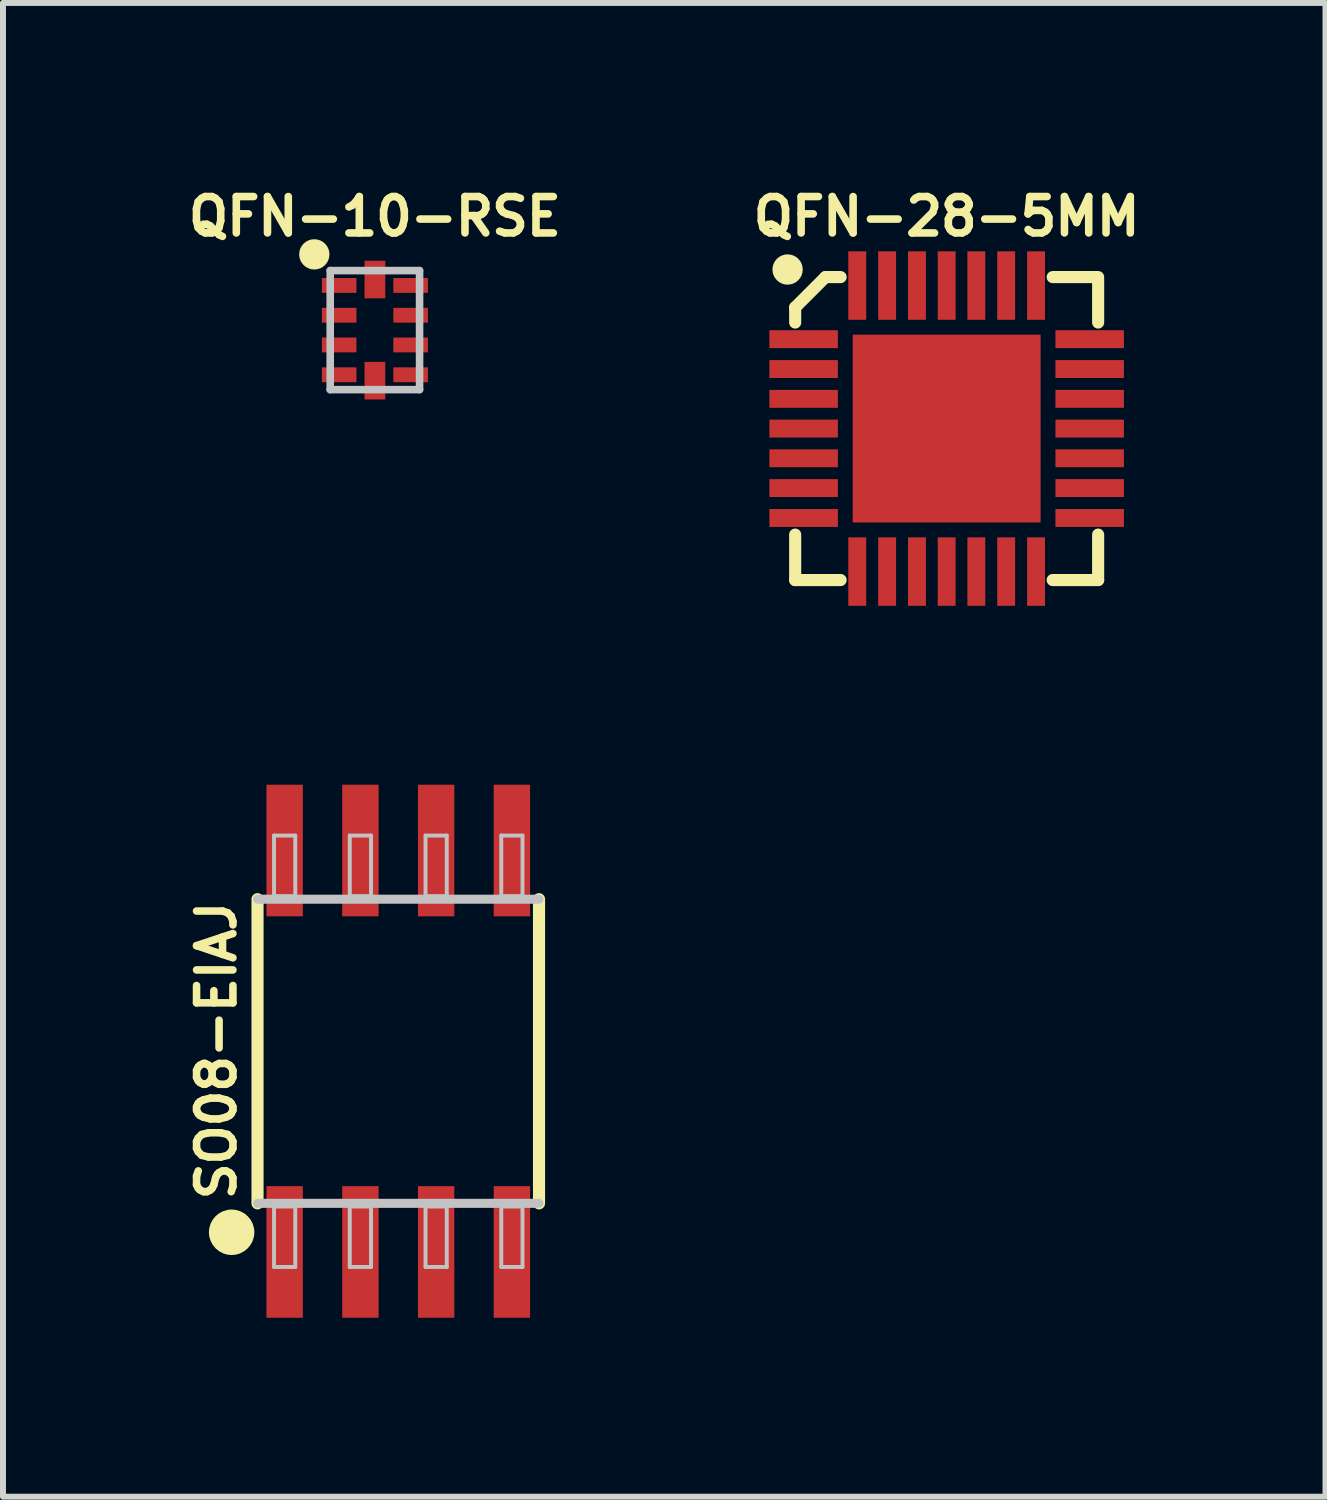
<source format=kicad_pcb>
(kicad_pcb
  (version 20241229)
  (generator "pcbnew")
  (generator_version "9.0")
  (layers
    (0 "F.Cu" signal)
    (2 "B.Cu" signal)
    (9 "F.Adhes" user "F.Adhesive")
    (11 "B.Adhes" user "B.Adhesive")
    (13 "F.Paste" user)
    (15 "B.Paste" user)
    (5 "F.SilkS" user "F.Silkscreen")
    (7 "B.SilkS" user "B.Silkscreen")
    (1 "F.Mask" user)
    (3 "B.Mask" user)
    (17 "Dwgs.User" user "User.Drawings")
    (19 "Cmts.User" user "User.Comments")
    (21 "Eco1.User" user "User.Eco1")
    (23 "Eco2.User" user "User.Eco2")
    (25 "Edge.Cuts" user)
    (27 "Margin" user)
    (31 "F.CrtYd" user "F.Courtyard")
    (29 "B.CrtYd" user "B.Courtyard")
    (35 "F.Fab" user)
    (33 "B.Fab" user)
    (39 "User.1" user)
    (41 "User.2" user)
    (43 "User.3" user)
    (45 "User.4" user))
  (footprint "SO08-EIAJ"
    (layer "F.Cu")
    (at 3.628 14.564)
    (property "Reference" "SO08-EIAJ" (at -3.048 0 90) (layer "F.SilkS") (effects (font (size 0.61 0.61) (thickness 0.127))))
    (attr smd)
    (fp_line (start -2.36 -2.537) (end -2.36 2.563) (stroke (width 0.203) (type solid)) (layer "F.SilkS"))
    (fp_line (start 2.36 2.563) (end 2.36 -2.537) (stroke (width 0.203) (type solid)) (layer "F.SilkS"))
    (fp_circle (center -2.794 3.048) (end -2.667 3.048) (stroke (width 0.254) (type solid)) (fill no) (layer "F.SilkS"))
    (fp_circle (center -2.794 3.048) (end -2.54 3.048) (stroke (width 0.254) (type solid)) (fill no) (layer "F.SilkS"))
    (fp_line (start -2.36 2.563) (end 2.36 2.563) (stroke (width 0.152) (type solid)) (layer "Dwgs.User"))
    (fp_line (start -2.083 -3.604) (end -1.727 -3.604) (stroke (width 0.066) (type solid)) (layer "Dwgs.User"))
    (fp_line (start -2.083 -2.588) (end -2.083 -3.604) (stroke (width 0.066) (type solid)) (layer "Dwgs.User"))
    (fp_line (start -2.083 -2.588) (end -1.727 -2.588) (stroke (width 0.066) (type solid)) (layer "Dwgs.User"))
    (fp_line (start -2.083 2.616) (end -1.727 2.616) (stroke (width 0.066) (type solid)) (layer "Dwgs.User"))
    (fp_line (start -2.083 3.63) (end -2.083 2.616) (stroke (width 0.066) (type solid)) (layer "Dwgs.User"))
    (fp_line (start -2.083 3.63) (end -1.727 3.63) (stroke (width 0.066) (type solid)) (layer "Dwgs.User"))
    (fp_line (start -1.727 -2.588) (end -1.727 -3.604) (stroke (width 0.066) (type solid)) (layer "Dwgs.User"))
    (fp_line (start -1.727 3.63) (end -1.727 2.616) (stroke (width 0.066) (type solid)) (layer "Dwgs.User"))
    (fp_line (start -0.813 -3.604) (end -0.457 -3.604) (stroke (width 0.066) (type solid)) (layer "Dwgs.User"))
    (fp_line (start -0.813 -2.588) (end -0.813 -3.604) (stroke (width 0.066) (type solid)) (layer "Dwgs.User"))
    (fp_line (start -0.813 -2.588) (end -0.457 -2.588) (stroke (width 0.066) (type solid)) (layer "Dwgs.User"))
    (fp_line (start -0.813 2.616) (end -0.457 2.616) (stroke (width 0.066) (type solid)) (layer "Dwgs.User"))
    (fp_line (start -0.813 3.63) (end -0.813 2.616) (stroke (width 0.066) (type solid)) (layer "Dwgs.User"))
    (fp_line (start -0.813 3.63) (end -0.457 3.63) (stroke (width 0.066) (type solid)) (layer "Dwgs.User"))
    (fp_line (start -0.457 -2.588) (end -0.457 -3.604) (stroke (width 0.066) (type solid)) (layer "Dwgs.User"))
    (fp_line (start -0.457 3.63) (end -0.457 2.616) (stroke (width 0.066) (type solid)) (layer "Dwgs.User"))
    (fp_line (start 0.457 -3.604) (end 0.813 -3.604) (stroke (width 0.066) (type solid)) (layer "Dwgs.User"))
    (fp_line (start 0.457 -2.588) (end 0.457 -3.604) (stroke (width 0.066) (type solid)) (layer "Dwgs.User"))
    (fp_line (start 0.457 -2.588) (end 0.813 -2.588) (stroke (width 0.066) (type solid)) (layer "Dwgs.User"))
    (fp_line (start 0.457 2.616) (end 0.813 2.616) (stroke (width 0.066) (type solid)) (layer "Dwgs.User"))
    (fp_line (start 0.457 3.63) (end 0.457 2.616) (stroke (width 0.066) (type solid)) (layer "Dwgs.User"))
    (fp_line (start 0.457 3.63) (end 0.813 3.63) (stroke (width 0.066) (type solid)) (layer "Dwgs.User"))
    (fp_line (start 0.813 -2.588) (end 0.813 -3.604) (stroke (width 0.066) (type solid)) (layer "Dwgs.User"))
    (fp_line (start 0.813 3.63) (end 0.813 2.616) (stroke (width 0.066) (type solid)) (layer "Dwgs.User"))
    (fp_line (start 1.727 -3.604) (end 2.083 -3.604) (stroke (width 0.066) (type solid)) (layer "Dwgs.User"))
    (fp_line (start 1.727 -2.588) (end 1.727 -3.604) (stroke (width 0.066) (type solid)) (layer "Dwgs.User"))
    (fp_line (start 1.727 -2.588) (end 2.083 -2.588) (stroke (width 0.066) (type solid)) (layer "Dwgs.User"))
    (fp_line (start 1.727 2.616) (end 2.083 2.616) (stroke (width 0.066) (type solid)) (layer "Dwgs.User"))
    (fp_line (start 1.727 3.63) (end 1.727 2.616) (stroke (width 0.066) (type solid)) (layer "Dwgs.User"))
    (fp_line (start 1.727 3.63) (end 2.083 3.63) (stroke (width 0.066) (type solid)) (layer "Dwgs.User"))
    (fp_line (start 2.083 -2.588) (end 2.083 -3.604) (stroke (width 0.066) (type solid)) (layer "Dwgs.User"))
    (fp_line (start 2.083 3.63) (end 2.083 2.616) (stroke (width 0.066) (type solid)) (layer "Dwgs.User"))
    (fp_line (start 2.36 -2.537) (end -2.36 -2.537) (stroke (width 0.152) (type solid)) (layer "Dwgs.User"))
    (pad "1" smd rect (at -1.905 3.378) (size 0.61 2.207) (layers "F.Cu" "F.Mask" "F.Paste"))
    (pad "2" smd rect (at -0.635 3.378) (size 0.61 2.207) (layers "F.Cu" "F.Mask" "F.Paste"))
    (pad "3" smd rect (at 0.635 3.378) (size 0.61 2.207) (layers "F.Cu" "F.Mask" "F.Paste"))
    (pad "4" smd rect (at 1.905 3.378) (size 0.61 2.207) (layers "F.Cu" "F.Mask" "F.Paste"))
    (pad "5" smd rect (at 1.905 -3.353) (size 0.61 2.207) (layers "F.Cu" "F.Mask" "F.Paste"))
    (pad "6" smd rect (at 0.635 -3.353) (size 0.61 2.207) (layers "F.Cu" "F.Mask" "F.Paste"))
    (pad "7" smd rect (at -0.635 -3.353) (size 0.61 2.207) (layers "F.Cu" "F.Mask" "F.Paste"))
    (pad "8" smd rect (at -1.905 -3.353) (size 0.61 2.207) (layers "F.Cu" "F.Mask" "F.Paste")))
  (footprint "QFN-10-RSE"
    (layer "F.Cu")
    (at 3.236 2.485)
    (property "Reference" "QFN-10-RSE" (at 0 -1.905 0) (layer "F.SilkS") (effects (font (size 0.61 0.61) (thickness 0.127))))
    (attr smd)
    (fp_circle (center -1.016 -1.27) (end -0.889 -1.27) (stroke (width 0.254) (type solid)) (fill no) (layer "F.SilkS"))
    (fp_line (start -0.749 -0.998) (end 0.749 -0.998) (stroke (width 0.127) (type solid)) (layer "Dwgs.User"))
    (fp_line (start -0.749 0.998) (end -0.749 -0.998) (stroke (width 0.127) (type solid)) (layer "Dwgs.User"))
    (fp_line (start 0.749 -0.998) (end 0.749 0.998) (stroke (width 0.127) (type solid)) (layer "Dwgs.User"))
    (fp_line (start 0.749 0.998) (end -0.749 0.998) (stroke (width 0.127) (type solid)) (layer "Dwgs.User"))
    (pad "1" smd rect (at -0.599 -0.749) (size 0.579 0.249) (layers "F.Cu" "F.Mask" "F.Paste"))
    (pad "2" smd rect (at -0.599 -0.249) (size 0.579 0.249) (layers "F.Cu" "F.Mask" "F.Paste"))
    (pad "3" smd rect (at -0.599 0.249) (size 0.579 0.249) (layers "F.Cu" "F.Mask" "F.Paste"))
    (pad "4" smd rect (at -0.599 0.749) (size 0.579 0.249) (layers "F.Cu" "F.Mask" "F.Paste"))
    (pad "5" smd rect (at 0 0.848 90) (size 0.63 0.348) (layers "F.Cu" "F.Mask" "F.Paste"))
    (pad "6" smd rect (at 0.599 0.749) (size 0.579 0.249) (layers "F.Cu" "F.Mask" "F.Paste"))
    (pad "7" smd rect (at 0.599 0.249) (size 0.579 0.249) (layers "F.Cu" "F.Mask" "F.Paste"))
    (pad "8" smd rect (at 0.599 -0.249) (size 0.579 0.249) (layers "F.Cu" "F.Mask" "F.Paste"))
    (pad "9" smd rect (at 0.599 -0.749) (size 0.579 0.249) (layers "F.Cu" "F.Mask" "F.Paste"))
    (pad "10" smd rect (at 0 -0.848 90) (size 0.63 0.348) (layers "F.Cu" "F.Mask" "F.Paste")))
  (footprint "QFN-28-5MM"
    (layer "F.Cu")
    (at 12.823 4.136)
    (property "Reference" "QFN-28-5MM" (at 0 -3.556 0) (layer "F.SilkS") (effects (font (size 0.61 0.61) (thickness 0.127))))
    (attr smd)
    (fp_line (start -2.54 -2.032) (end -2.54 -1.778) (stroke (width 0.203) (type solid)) (layer "F.SilkS"))
    (fp_line (start -2.54 2.54) (end -2.54 1.778) (stroke (width 0.203) (type solid)) (layer "F.SilkS"))
    (fp_line (start -2.54 2.54) (end -1.778 2.54) (stroke (width 0.203) (type solid)) (layer "F.SilkS"))
    (fp_line (start -2.032 -2.54) (end -2.54 -2.032) (stroke (width 0.203) (type solid)) (layer "F.SilkS"))
    (fp_line (start -2.032 -2.54) (end -1.778 -2.54) (stroke (width 0.203) (type solid)) (layer "F.SilkS"))
    (fp_line (start 2.54 -2.54) (end 1.778 -2.54) (stroke (width 0.203) (type solid)) (layer "F.SilkS"))
    (fp_line (start 2.54 -2.499) (end 2.54 -1.778) (stroke (width 0.203) (type solid)) (layer "F.SilkS"))
    (fp_line (start 2.54 2.54) (end 1.778 2.54) (stroke (width 0.203) (type solid)) (layer "F.SilkS"))
    (fp_line (start 2.54 2.54) (end 2.54 1.778) (stroke (width 0.203) (type solid)) (layer "F.SilkS"))
    (fp_circle (center -2.667 -2.667) (end -2.54 -2.667) (stroke (width 0.254) (type solid)) (fill no) (layer "F.SilkS"))
    (fp_line (start -1.143 -1.143) (end -1.143 -0.381) (stroke (width 0.254) (type solid)) (layer "F.Paste"))
    (fp_line (start -1.143 -1.143) (end -0.381 -1.143) (stroke (width 0.254) (type solid)) (layer "F.Paste"))
    (fp_line (start -1.143 -0.635) (end -0.381 -0.635) (stroke (width 0.254) (type solid)) (layer "F.Paste"))
    (fp_line (start -1.143 0.381) (end -0.381 0.381) (stroke (width 0.254) (type solid)) (layer "F.Paste"))
    (fp_line (start -1.143 0.889) (end -0.381 0.889) (stroke (width 0.254) (type solid)) (layer "F.Paste"))
    (fp_line (start -1.143 1.143) (end -1.143 0.381) (stroke (width 0.254) (type solid)) (layer "F.Paste"))
    (fp_line (start -0.381 -1.143) (end -0.381 -0.381) (stroke (width 0.254) (type solid)) (layer "F.Paste"))
    (fp_line (start -0.381 -0.889) (end -1.143 -0.889) (stroke (width 0.254) (type solid)) (layer "F.Paste"))
    (fp_line (start -0.381 -0.381) (end -1.143 -0.381) (stroke (width 0.254) (type solid)) (layer "F.Paste"))
    (fp_line (start -0.381 0.381) (end -0.381 1.143) (stroke (width 0.254) (type solid)) (layer "F.Paste"))
    (fp_line (start -0.381 0.635) (end -1.143 0.635) (stroke (width 0.254) (type solid)) (layer "F.Paste"))
    (fp_line (start -0.381 1.143) (end -1.143 1.143) (stroke (width 0.254) (type solid)) (layer "F.Paste"))
    (fp_line (start 0.381 -1.143) (end 1.143 -1.143) (stroke (width 0.254) (type solid)) (layer "F.Paste"))
    (fp_line (start 0.381 -0.889) (end 1.143 -0.889) (stroke (width 0.254) (type solid)) (layer "F.Paste"))
    (fp_line (start 0.381 -0.635) (end 1.143 -0.635) (stroke (width 0.254) (type solid)) (layer "F.Paste"))
    (fp_line (start 0.381 -0.381) (end 0.381 -1.143) (stroke (width 0.254) (type solid)) (layer "F.Paste"))
    (fp_line (start 0.381 -0.381) (end 1.143 -0.381) (stroke (width 0.254) (type solid)) (layer "F.Paste"))
    (fp_line (start 0.381 0.381) (end 1.143 0.381) (stroke (width 0.254) (type solid)) (layer "F.Paste"))
    (fp_line (start 0.381 0.635) (end 1.143 0.635) (stroke (width 0.254) (type solid)) (layer "F.Paste"))
    (fp_line (start 0.381 1.143) (end 0.381 0.381) (stroke (width 0.254) (type solid)) (layer "F.Paste"))
    (fp_line (start 1.143 -1.143) (end 1.143 -0.381) (stroke (width 0.254) (type solid)) (layer "F.Paste"))
    (fp_line (start 1.143 0.381) (end 1.143 1.143) (stroke (width 0.254) (type solid)) (layer "F.Paste"))
    (fp_line (start 1.143 0.889) (end 0.381 0.889) (stroke (width 0.254) (type solid)) (layer "F.Paste"))
    (fp_line (start 1.143 1.143) (end 0.381 1.143) (stroke (width 0.254) (type solid)) (layer "F.Paste"))
    (pad "P$1" smd rect (at -2.398 -1.499 90) (size 0.3 1.148) (layers "F.Cu" "F.Mask" "F.Paste"))
    (pad "P$2" smd rect (at -2.398 -0.998 90) (size 0.3 1.148) (layers "F.Cu" "F.Mask" "F.Paste"))
    (pad "P$3" smd rect (at -2.398 -0.498 90) (size 0.3 1.148) (layers "F.Cu" "F.Mask" "F.Paste"))
    (pad "P$4" smd rect (at -2.398 0 90) (size 0.3 1.148) (layers "F.Cu" "F.Mask" "F.Paste"))
    (pad "P$5" smd rect (at -2.398 0.498 90) (size 0.3 1.148) (layers "F.Cu" "F.Mask" "F.Paste"))
    (pad "P$6" smd rect (at -2.398 0.998 90) (size 0.3 1.148) (layers "F.Cu" "F.Mask" "F.Paste"))
    (pad "P$7" smd rect (at -2.398 1.499 90) (size 0.3 1.148) (layers "F.Cu" "F.Mask" "F.Paste"))
    (pad "P$8" smd rect (at -1.499 2.398 180) (size 0.3 1.148) (layers "F.Cu" "F.Mask" "F.Paste"))
    (pad "P$9" smd rect (at -0.998 2.398 180) (size 0.3 1.148) (layers "F.Cu" "F.Mask" "F.Paste"))
    (pad "P$10" smd rect (at -0.498 2.398 180) (size 0.3 1.148) (layers "F.Cu" "F.Mask" "F.Paste"))
    (pad "P$11" smd rect (at 0 2.398 180) (size 0.3 1.148) (layers "F.Cu" "F.Mask" "F.Paste"))
    (pad "P$12" smd rect (at 0.498 2.398 180) (size 0.3 1.148) (layers "F.Cu" "F.Mask" "F.Paste"))
    (pad "P$13" smd rect (at 0.998 2.398 180) (size 0.3 1.148) (layers "F.Cu" "F.Mask" "F.Paste"))
    (pad "P$14" smd rect (at 1.499 2.398 180) (size 0.3 1.148) (layers "F.Cu" "F.Mask" "F.Paste"))
    (pad "P$15" smd rect (at 2.398 1.499 270) (size 0.3 1.148) (layers "F.Cu" "F.Mask" "F.Paste"))
    (pad "P$16" smd rect (at 2.398 0.998 270) (size 0.3 1.148) (layers "F.Cu" "F.Mask" "F.Paste"))
    (pad "P$17" smd rect (at 2.398 0.498 270) (size 0.3 1.148) (layers "F.Cu" "F.Mask" "F.Paste"))
    (pad "P$18" smd rect (at 2.398 0 270) (size 0.3 1.148) (layers "F.Cu" "F.Mask" "F.Paste"))
    (pad "P$19" smd rect (at 2.398 -0.498 270) (size 0.3 1.148) (layers "F.Cu" "F.Mask" "F.Paste"))
    (pad "P$20" smd rect (at 2.398 -0.998 270) (size 0.3 1.148) (layers "F.Cu" "F.Mask" "F.Paste"))
    (pad "P$21" smd rect (at 2.398 -1.499 270) (size 0.3 1.148) (layers "F.Cu" "F.Mask" "F.Paste"))
    (pad "P$22" smd rect (at 1.499 -2.398) (size 0.3 1.148) (layers "F.Cu" "F.Mask" "F.Paste"))
    (pad "P$23" smd rect (at 0.998 -2.398) (size 0.3 1.148) (layers "F.Cu" "F.Mask" "F.Paste"))
    (pad "P$24" smd rect (at 0.498 -2.398) (size 0.3 1.148) (layers "F.Cu" "F.Mask" "F.Paste"))
    (pad "P$25" smd rect (at 0 -2.398) (size 0.3 1.148) (layers "F.Cu" "F.Mask" "F.Paste"))
    (pad "P$26" smd rect (at -0.498 -2.398) (size 0.3 1.148) (layers "F.Cu" "F.Mask" "F.Paste"))
    (pad "P$27" smd rect (at -0.998 -2.398) (size 0.3 1.148) (layers "F.Cu" "F.Mask" "F.Paste"))
    (pad "P$28" smd rect (at -1.499 -2.398) (size 0.3 1.148) (layers "F.Cu" "F.Mask" "F.Paste"))
    (pad "P$29" smd rect (at 0 0) (size 3.15 3.15) (layers "F.Cu" "F.Mask" "F.Paste")))
  (gr_rect
    (start -3 -3)
    (end 19.175 22.046)
    (stroke (width 0.1) (type default))
    (fill no)
    (layer "Edge.Cuts")))
</source>
